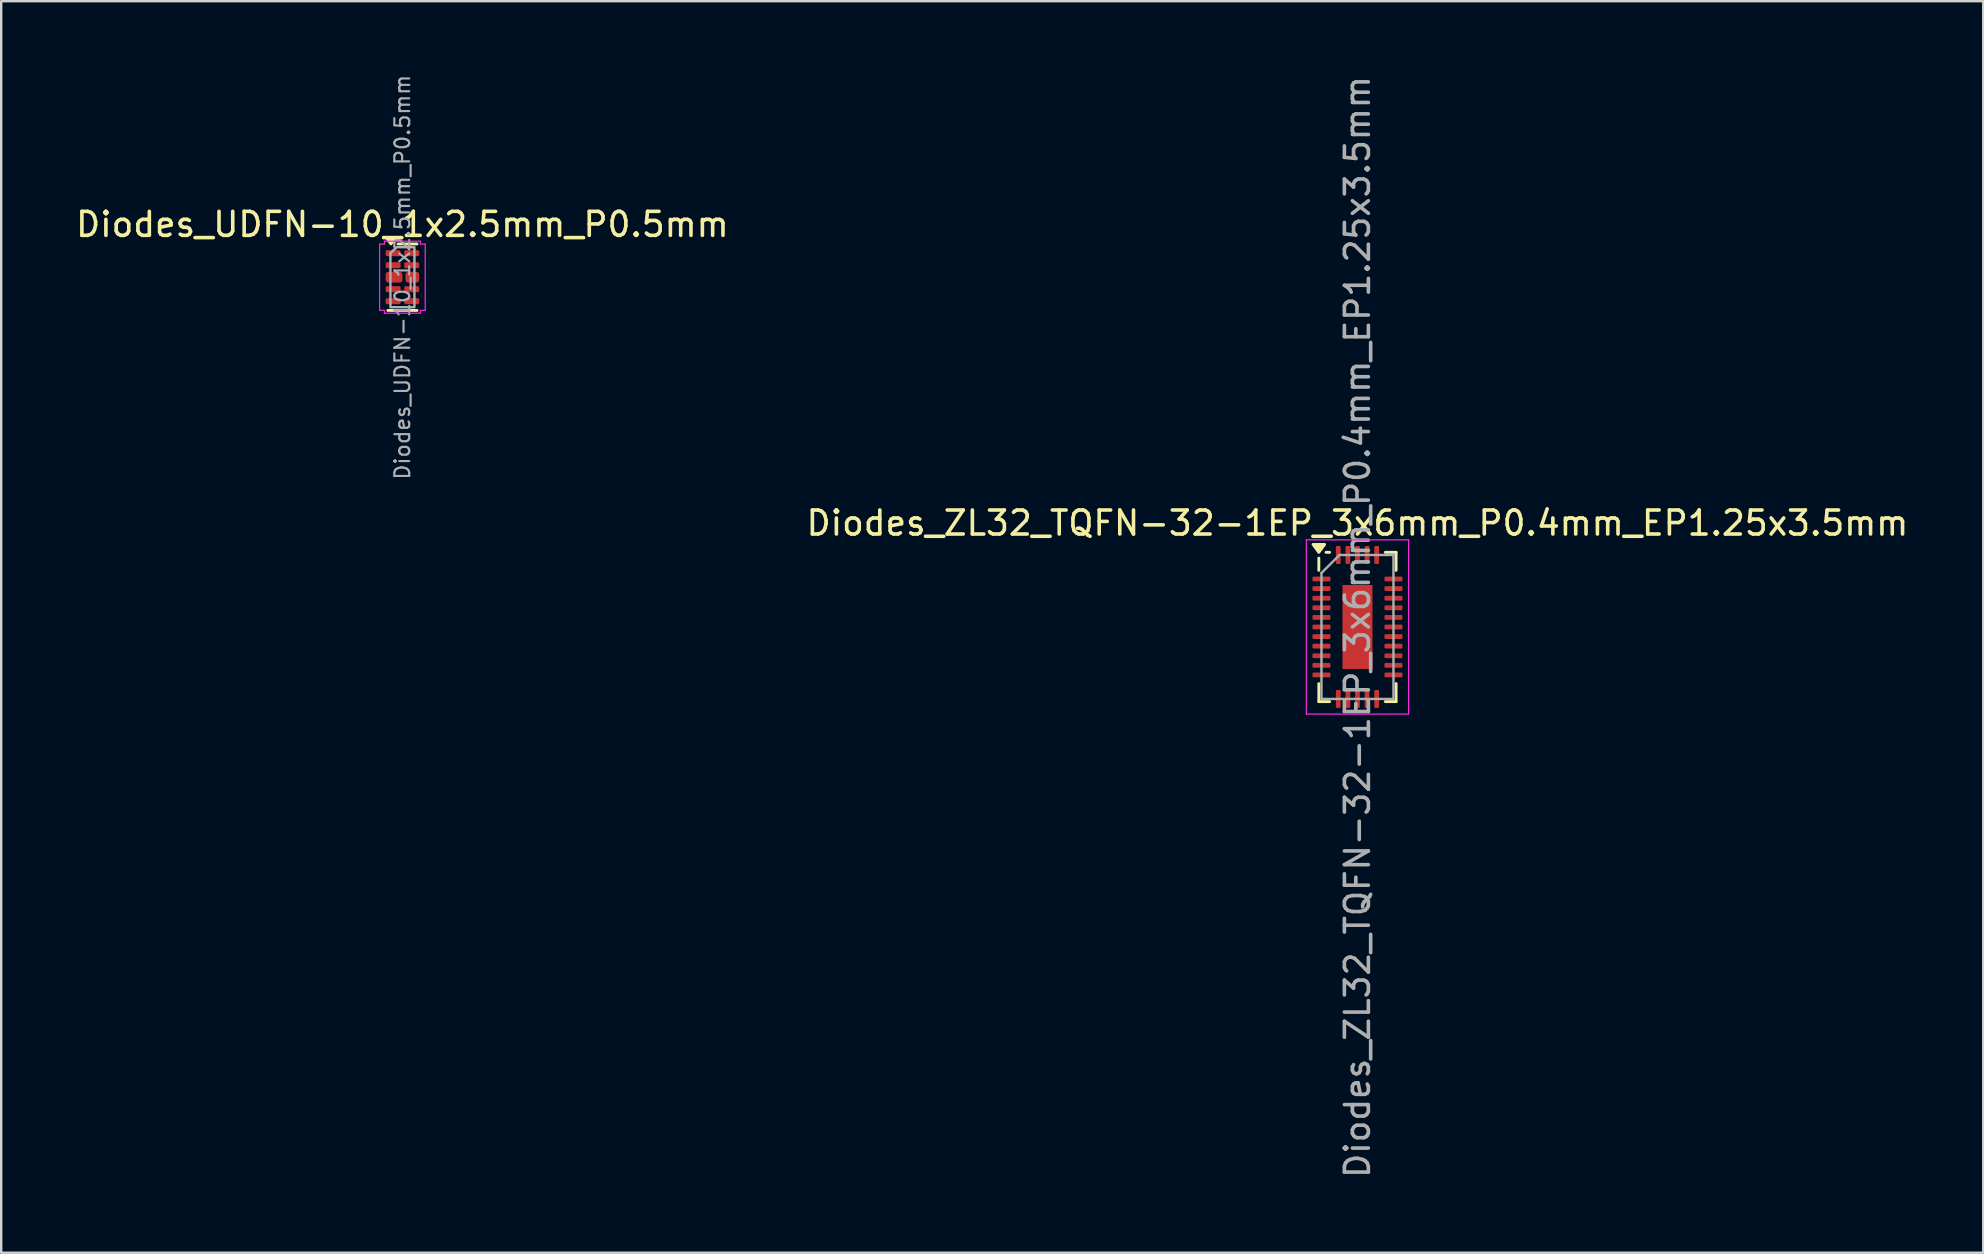
<source format=kicad_pcb>
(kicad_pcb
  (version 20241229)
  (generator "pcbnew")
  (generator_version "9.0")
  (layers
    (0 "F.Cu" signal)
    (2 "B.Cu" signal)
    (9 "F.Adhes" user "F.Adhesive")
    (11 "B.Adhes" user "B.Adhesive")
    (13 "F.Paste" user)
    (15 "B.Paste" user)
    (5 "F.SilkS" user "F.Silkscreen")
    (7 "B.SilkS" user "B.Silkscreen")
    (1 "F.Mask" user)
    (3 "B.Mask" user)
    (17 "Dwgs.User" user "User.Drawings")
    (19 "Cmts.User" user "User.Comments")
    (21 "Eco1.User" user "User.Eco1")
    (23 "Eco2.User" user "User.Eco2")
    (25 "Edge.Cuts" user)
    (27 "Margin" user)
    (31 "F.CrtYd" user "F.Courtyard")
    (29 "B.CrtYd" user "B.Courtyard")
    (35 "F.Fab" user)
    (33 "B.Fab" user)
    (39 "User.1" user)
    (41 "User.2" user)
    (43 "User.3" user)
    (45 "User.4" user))
  (footprint "Diodes_UDFN-10_1x2.5mm_P0.5mm"
    (layer "F.Cu")
    (at 13.72 8.502)
    (property "Reference" "Diodes_UDFN-10_1x2.5mm_P0.5mm" (at 0 -2.2 0) (layer "F.SilkS") (effects (font (size 1 1) (thickness 0.15))))
    (attr smd)
    (fp_line (start -0.186 -1.385) (end 0.61 -1.385) (stroke (width 0.12) (type solid)) (layer "F.SilkS"))
    (fp_line (start 0.61 1.385) (end -0.61 1.385) (stroke (width 0.12) (type solid)) (layer "F.SilkS"))
    (fp_poly (pts (xy -0.48 -1.39) (xy -0.62 -1.58) (xy -0.34 -1.58)) (stroke (width 0.12) (type solid)) (fill yes) (layer "F.SilkS"))
    (fp_line (start -0.95 -1.38) (end -0.75 -1.38) (stroke (width 0.05) (type solid)) (layer "F.CrtYd"))
    (fp_line (start -0.95 1.38) (end -0.95 -1.38) (stroke (width 0.05) (type solid)) (layer "F.CrtYd"))
    (fp_line (start -0.75 -1.5) (end 0.75 -1.5) (stroke (width 0.05) (type solid)) (layer "F.CrtYd"))
    (fp_line (start -0.75 -1.38) (end -0.75 -1.5) (stroke (width 0.05) (type solid)) (layer "F.CrtYd"))
    (fp_line (start -0.75 1.38) (end -0.95 1.38) (stroke (width 0.05) (type solid)) (layer "F.CrtYd"))
    (fp_line (start -0.75 1.5) (end -0.75 1.38) (stroke (width 0.05) (type solid)) (layer "F.CrtYd"))
    (fp_line (start 0.75 -1.5) (end 0.75 -1.38) (stroke (width 0.05) (type solid)) (layer "F.CrtYd"))
    (fp_line (start 0.75 -1.38) (end 0.95 -1.38) (stroke (width 0.05) (type solid)) (layer "F.CrtYd"))
    (fp_line (start 0.75 1.38) (end 0.75 1.5) (stroke (width 0.05) (type solid)) (layer "F.CrtYd"))
    (fp_line (start 0.75 1.5) (end -0.75 1.5) (stroke (width 0.05) (type solid)) (layer "F.CrtYd"))
    (fp_line (start 0.95 -1.38) (end 0.95 1.38) (stroke (width 0.05) (type solid)) (layer "F.CrtYd"))
    (fp_line (start 0.95 1.38) (end 0.75 1.38) (stroke (width 0.05) (type solid)) (layer "F.CrtYd"))
    (fp_poly (pts (xy -0.5 -1) (xy -0.5 1.25) (xy 0.5 1.25) (xy 0.5 -1.25) (xy -0.25 -1.25)) (stroke (width 0.1) (type solid)) (fill no) (layer "F.Fab"))
    (fp_text user "${REFERENCE}" (at 0 0 90) (layer "F.Fab") (effects (font (size 0.62 0.62) (thickness 0.09))))
    (pad "1" smd roundrect (at -0.388 -1) (size 0.625 0.25) (layers "F.Cu" "F.Mask" "F.Paste") (roundrect_rratio 0.25))
    (pad "2" smd roundrect (at -0.388 -0.5) (size 0.625 0.25) (layers "F.Cu" "F.Mask" "F.Paste") (roundrect_rratio 0.25))
    (pad "3" smd roundrect (at -0.35 0) (size 0.7 0.45) (layers "F.Cu" "F.Mask" "F.Paste") (roundrect_rratio 0.25))
    (pad "4" smd roundrect (at -0.388 0.5) (size 0.625 0.25) (layers "F.Cu" "F.Mask" "F.Paste") (roundrect_rratio 0.25))
    (pad "5" smd roundrect (at -0.388 1) (size 0.625 0.25) (layers "F.Cu" "F.Mask" "F.Paste") (roundrect_rratio 0.25))
    (pad "6" smd roundrect (at 0.388 1) (size 0.625 0.25) (layers "F.Cu" "F.Mask" "F.Paste") (roundrect_rratio 0.25))
    (pad "7" smd roundrect (at 0.388 0.5) (size 0.625 0.25) (layers "F.Cu" "F.Mask" "F.Paste") (roundrect_rratio 0.25))
    (pad "8" smd roundrect (at 0.412 0) (size 0.575 0.45) (layers "F.Cu" "F.Mask" "F.Paste") (roundrect_rratio 0.25))
    (pad "9" smd roundrect (at 0.388 -0.5) (size 0.625 0.25) (layers "F.Cu" "F.Mask" "F.Paste") (roundrect_rratio 0.25))
    (pad "10" smd roundrect (at 0.388 -1) (size 0.625 0.25) (layers "F.Cu" "F.Mask" "F.Paste") (roundrect_rratio 0.25)))
  (footprint "Diodes_ZL32_TQFN-32-1EP_3x6mm_P0.4mm_EP1.25x3.5mm"
    (layer "F.Cu")
    (at 53.518 23.077)
    (property "Reference" "Diodes_ZL32_TQFN-32-1EP_3x6mm_P0.4mm_EP1.25x3.5mm" (at 0 -4.33 0) (layer "F.SilkS") (effects (font (size 1 1) (thickness 0.15))))
    (attr smd)
    (fp_line (start -1.61 -2.36) (end -1.61 -2.87) (stroke (width 0.12) (type solid)) (layer "F.SilkS"))
    (fp_line (start -1.61 3.11) (end -1.61 2.36) (stroke (width 0.12) (type solid)) (layer "F.SilkS"))
    (fp_line (start -1.16 -3.11) (end -1.31 -3.11) (stroke (width 0.12) (type solid)) (layer "F.SilkS"))
    (fp_line (start -1.16 3.11) (end -1.61 3.11) (stroke (width 0.12) (type solid)) (layer "F.SilkS"))
    (fp_line (start 1.16 -3.11) (end 1.61 -3.11) (stroke (width 0.12) (type solid)) (layer "F.SilkS"))
    (fp_line (start 1.16 3.11) (end 1.61 3.11) (stroke (width 0.12) (type solid)) (layer "F.SilkS"))
    (fp_line (start 1.61 -3.11) (end 1.61 -2.36) (stroke (width 0.12) (type solid)) (layer "F.SilkS"))
    (fp_line (start 1.61 3.11) (end 1.61 2.36) (stroke (width 0.12) (type solid)) (layer "F.SilkS"))
    (fp_poly (pts (xy -1.61 -3.11) (xy -1.85 -3.44) (xy -1.37 -3.44) (xy -1.61 -3.11)) (stroke (width 0.12) (type solid)) (fill yes) (layer "F.SilkS"))
    (fp_line (start -2.13 -3.63) (end -2.13 3.63) (stroke (width 0.05) (type solid)) (layer "F.CrtYd"))
    (fp_line (start -2.13 3.63) (end 2.13 3.63) (stroke (width 0.05) (type solid)) (layer "F.CrtYd"))
    (fp_line (start 2.13 -3.63) (end -2.13 -3.63) (stroke (width 0.05) (type solid)) (layer "F.CrtYd"))
    (fp_line (start 2.13 3.63) (end 2.13 -3.63) (stroke (width 0.05) (type solid)) (layer "F.CrtYd"))
    (fp_line (start -1.5 -2.25) (end -0.75 -3) (stroke (width 0.1) (type solid)) (layer "F.Fab"))
    (fp_line (start -1.5 3) (end -1.5 -2.25) (stroke (width 0.1) (type solid)) (layer "F.Fab"))
    (fp_line (start -0.75 -3) (end 1.5 -3) (stroke (width 0.1) (type solid)) (layer "F.Fab"))
    (fp_line (start 1.5 -3) (end 1.5 3) (stroke (width 0.1) (type solid)) (layer "F.Fab"))
    (fp_line (start 1.5 3) (end -1.5 3) (stroke (width 0.1) (type solid)) (layer "F.Fab"))
    (fp_text user "${REFERENCE}" (at 0 0 90) (layer "F.Fab") (effects (font (size 1 1) (thickness 0.15))))
    (pad "" smd roundrect (at -0.31 -1.32) (size 0.5 0.71) (layers "F.Paste") (roundrect_rratio 0.25))
    (pad "" smd roundrect (at -0.31 -0.44) (size 0.5 0.71) (layers "F.Paste") (roundrect_rratio 0.25))
    (pad "" smd roundrect (at -0.31 0.44) (size 0.5 0.71) (layers "F.Paste") (roundrect_rratio 0.25))
    (pad "" smd roundrect (at -0.31 1.32) (size 0.5 0.71) (layers "F.Paste") (roundrect_rratio 0.25))
    (pad "" smd roundrect (at 0.31 -1.32) (size 0.5 0.71) (layers "F.Paste") (roundrect_rratio 0.25))
    (pad "" smd roundrect (at 0.31 -0.44) (size 0.5 0.71) (layers "F.Paste") (roundrect_rratio 0.25))
    (pad "" smd roundrect (at 0.31 0.44) (size 0.5 0.71) (layers "F.Paste") (roundrect_rratio 0.25))
    (pad "" smd roundrect (at 0.31 1.32) (size 0.5 0.71) (layers "F.Paste") (roundrect_rratio 0.25))
    (pad "1" smd roundrect (at -1.5 -2) (size 0.75 0.2) (layers "F.Cu" "F.Mask" "F.Paste") (roundrect_rratio 0.25))
    (pad "2" smd roundrect (at -1.5 -1.6) (size 0.75 0.2) (layers "F.Cu" "F.Mask" "F.Paste") (roundrect_rratio 0.25))
    (pad "3" smd roundrect (at -1.5 -1.2) (size 0.75 0.2) (layers "F.Cu" "F.Mask" "F.Paste") (roundrect_rratio 0.25))
    (pad "4" smd roundrect (at -1.5 -0.8) (size 0.75 0.2) (layers "F.Cu" "F.Mask" "F.Paste") (roundrect_rratio 0.25))
    (pad "5" smd roundrect (at -1.5 -0.4) (size 0.75 0.2) (layers "F.Cu" "F.Mask" "F.Paste") (roundrect_rratio 0.25))
    (pad "6" smd roundrect (at -1.5 0) (size 0.75 0.2) (layers "F.Cu" "F.Mask" "F.Paste") (roundrect_rratio 0.25))
    (pad "7" smd roundrect (at -1.5 0.4) (size 0.75 0.2) (layers "F.Cu" "F.Mask" "F.Paste") (roundrect_rratio 0.25))
    (pad "8" smd roundrect (at -1.5 0.8) (size 0.75 0.2) (layers "F.Cu" "F.Mask" "F.Paste") (roundrect_rratio 0.25))
    (pad "9" smd roundrect (at -1.5 1.2) (size 0.75 0.2) (layers "F.Cu" "F.Mask" "F.Paste") (roundrect_rratio 0.25))
    (pad "10" smd roundrect (at -1.5 1.6) (size 0.75 0.2) (layers "F.Cu" "F.Mask" "F.Paste") (roundrect_rratio 0.25))
    (pad "11" smd roundrect (at -1.5 2) (size 0.75 0.2) (layers "F.Cu" "F.Mask" "F.Paste") (roundrect_rratio 0.25))
    (pad "12" smd roundrect (at -0.8 3) (size 0.2 0.75) (layers "F.Cu" "F.Mask" "F.Paste") (roundrect_rratio 0.25))
    (pad "13" smd roundrect (at -0.4 3) (size 0.2 0.75) (layers "F.Cu" "F.Mask" "F.Paste") (roundrect_rratio 0.25))
    (pad "14" smd roundrect (at 0 3) (size 0.2 0.75) (layers "F.Cu" "F.Mask" "F.Paste") (roundrect_rratio 0.25))
    (pad "15" smd roundrect (at 0.4 3) (size 0.2 0.75) (layers "F.Cu" "F.Mask" "F.Paste") (roundrect_rratio 0.25))
    (pad "16" smd roundrect (at 0.8 3) (size 0.2 0.75) (layers "F.Cu" "F.Mask" "F.Paste") (roundrect_rratio 0.25))
    (pad "17" smd roundrect (at 1.5 2) (size 0.75 0.2) (layers "F.Cu" "F.Mask" "F.Paste") (roundrect_rratio 0.25))
    (pad "18" smd roundrect (at 1.5 1.6) (size 0.75 0.2) (layers "F.Cu" "F.Mask" "F.Paste") (roundrect_rratio 0.25))
    (pad "19" smd roundrect (at 1.5 1.2) (size 0.75 0.2) (layers "F.Cu" "F.Mask" "F.Paste") (roundrect_rratio 0.25))
    (pad "20" smd roundrect (at 1.5 0.8) (size 0.75 0.2) (layers "F.Cu" "F.Mask" "F.Paste") (roundrect_rratio 0.25))
    (pad "21" smd roundrect (at 1.5 0.4) (size 0.75 0.2) (layers "F.Cu" "F.Mask" "F.Paste") (roundrect_rratio 0.25))
    (pad "22" smd roundrect (at 1.5 0) (size 0.75 0.2) (layers "F.Cu" "F.Mask" "F.Paste") (roundrect_rratio 0.25))
    (pad "23" smd roundrect (at 1.5 -0.4) (size 0.75 0.2) (layers "F.Cu" "F.Mask" "F.Paste") (roundrect_rratio 0.25))
    (pad "24" smd roundrect (at 1.5 -0.8) (size 0.75 0.2) (layers "F.Cu" "F.Mask" "F.Paste") (roundrect_rratio 0.25))
    (pad "25" smd roundrect (at 1.5 -1.2) (size 0.75 0.2) (layers "F.Cu" "F.Mask" "F.Paste") (roundrect_rratio 0.25))
    (pad "26" smd roundrect (at 1.5 -1.6) (size 0.75 0.2) (layers "F.Cu" "F.Mask" "F.Paste") (roundrect_rratio 0.25))
    (pad "27" smd roundrect (at 1.5 -2) (size 0.75 0.2) (layers "F.Cu" "F.Mask" "F.Paste") (roundrect_rratio 0.25))
    (pad "28" smd roundrect (at 0.8 -3) (size 0.2 0.75) (layers "F.Cu" "F.Mask" "F.Paste") (roundrect_rratio 0.25))
    (pad "29" smd roundrect (at 0.4 -3) (size 0.2 0.75) (layers "F.Cu" "F.Mask" "F.Paste") (roundrect_rratio 0.25))
    (pad "30" smd roundrect (at 0 -3) (size 0.2 0.75) (layers "F.Cu" "F.Mask" "F.Paste") (roundrect_rratio 0.25))
    (pad "31" smd roundrect (at -0.4 -3) (size 0.2 0.75) (layers "F.Cu" "F.Mask" "F.Paste") (roundrect_rratio 0.25))
    (pad "32" smd roundrect (at -0.8 -3) (size 0.2 0.75) (layers "F.Cu" "F.Mask" "F.Paste") (roundrect_rratio 0.25))
    (pad "33" smd rect (at 0 0) (size 1.25 3.5) (property pad_prop_heatsink) (layers "F.Cu" "F.Mask")))
  (gr_rect
    (start -3 -3)
    (end 79.595 49.155)
    (stroke (width 0.1) (type default))
    (fill no)
    (layer "Edge.Cuts")))
</source>
